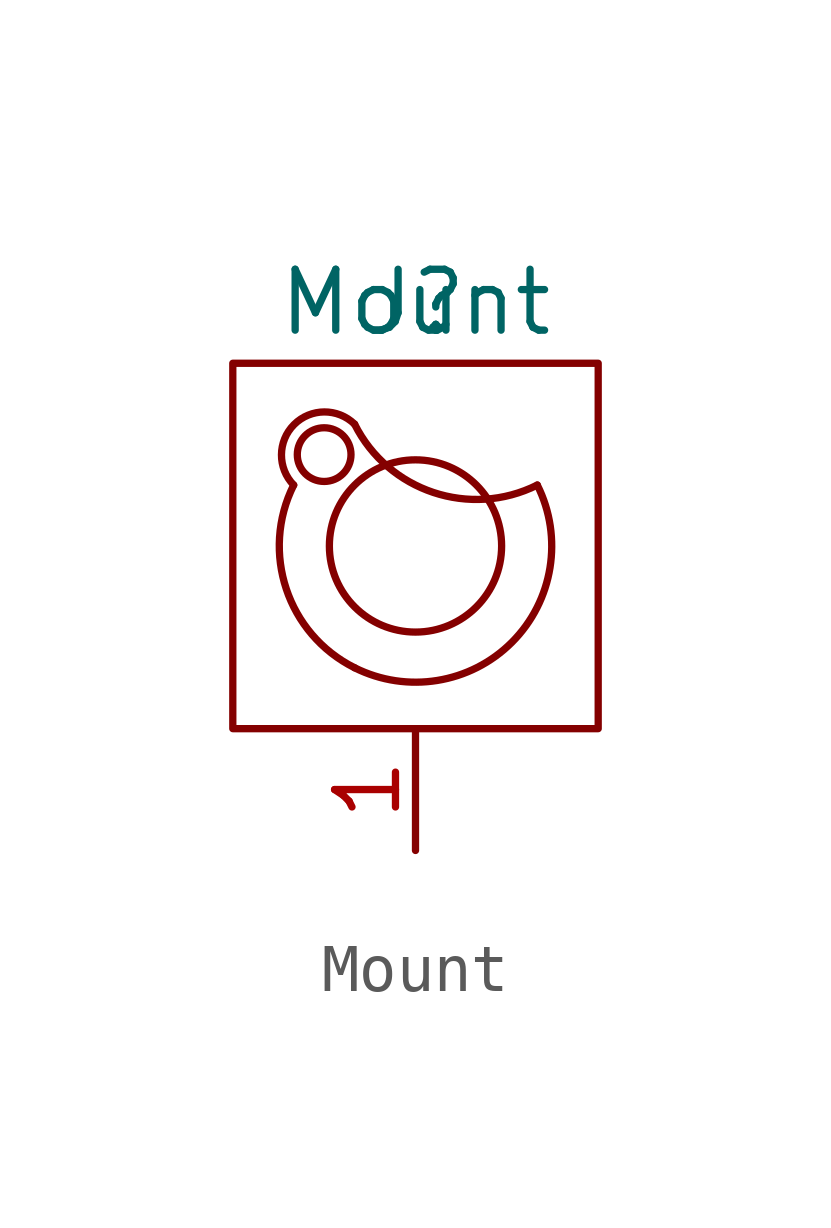
<source format=kicad_sym>
(kicad_symbol_lib
  (version 20211014)
  (generator kicad_symbol_editor)
  (symbol "Mount"
    (property "Reference" "J"
      (at 0 0 0)
      (effects (font (size 1.27 1.27))))
    (property "Value" "Mount"
      (at 0 0 0)
      (effects (font (size 1.27 1.27))))
    (symbol "Mount_0_1"
      (rectangle (start -3.81 -1.27) (end 3.81 -8.89) (stroke (width 0.152) (type default) (color 0 0 0 0)) (fill (type none)))
      (arc (start -2.54 -3.81) (mid -2.6941 -5.978) (end -1.27 -7.62) (stroke (width 0.1524) (type default) (color 0 0 0 0)) (fill (type none)))
      (circle (center -1.905 -3.175) (radius 0.56) (stroke (width 0.152) (type default) (color 0 0 0 0)) (fill (type none)))
      (arc (start -1.27 -7.62) (mid 2.0096 -7.0896) (end 2.54 -3.81) (stroke (width 0.1524) (type default) (color 0 0 0 0)) (fill (type none)))
      (arc (start -1.27 -2.54) (mid -2.5319 -2.5481) (end -2.54 -3.81) (stroke (width 0.1524) (type default) (color 0 0 0 0)) (fill (type none)))
      (arc (start -1.27 -2.54) (mid -0.898 -7.7741) (end 2.54 -3.81) (stroke (width 0.1524) (type default) (color 0 0 0 0)) (fill (type none)))
      (circle (center 0 -5.08) (radius 1.796) (stroke (width 0.152) (type default) (color 0 0 0 0)) (fill (type none))))
    (symbol "Mount_1_1"
      (pin power_in line (at 0 -11.43 90) (length 2.54) (name "" (effects (font (size 1.27 1.27)))) (number "1" (effects (font (size 1.27 1.27))))))))
</source>
